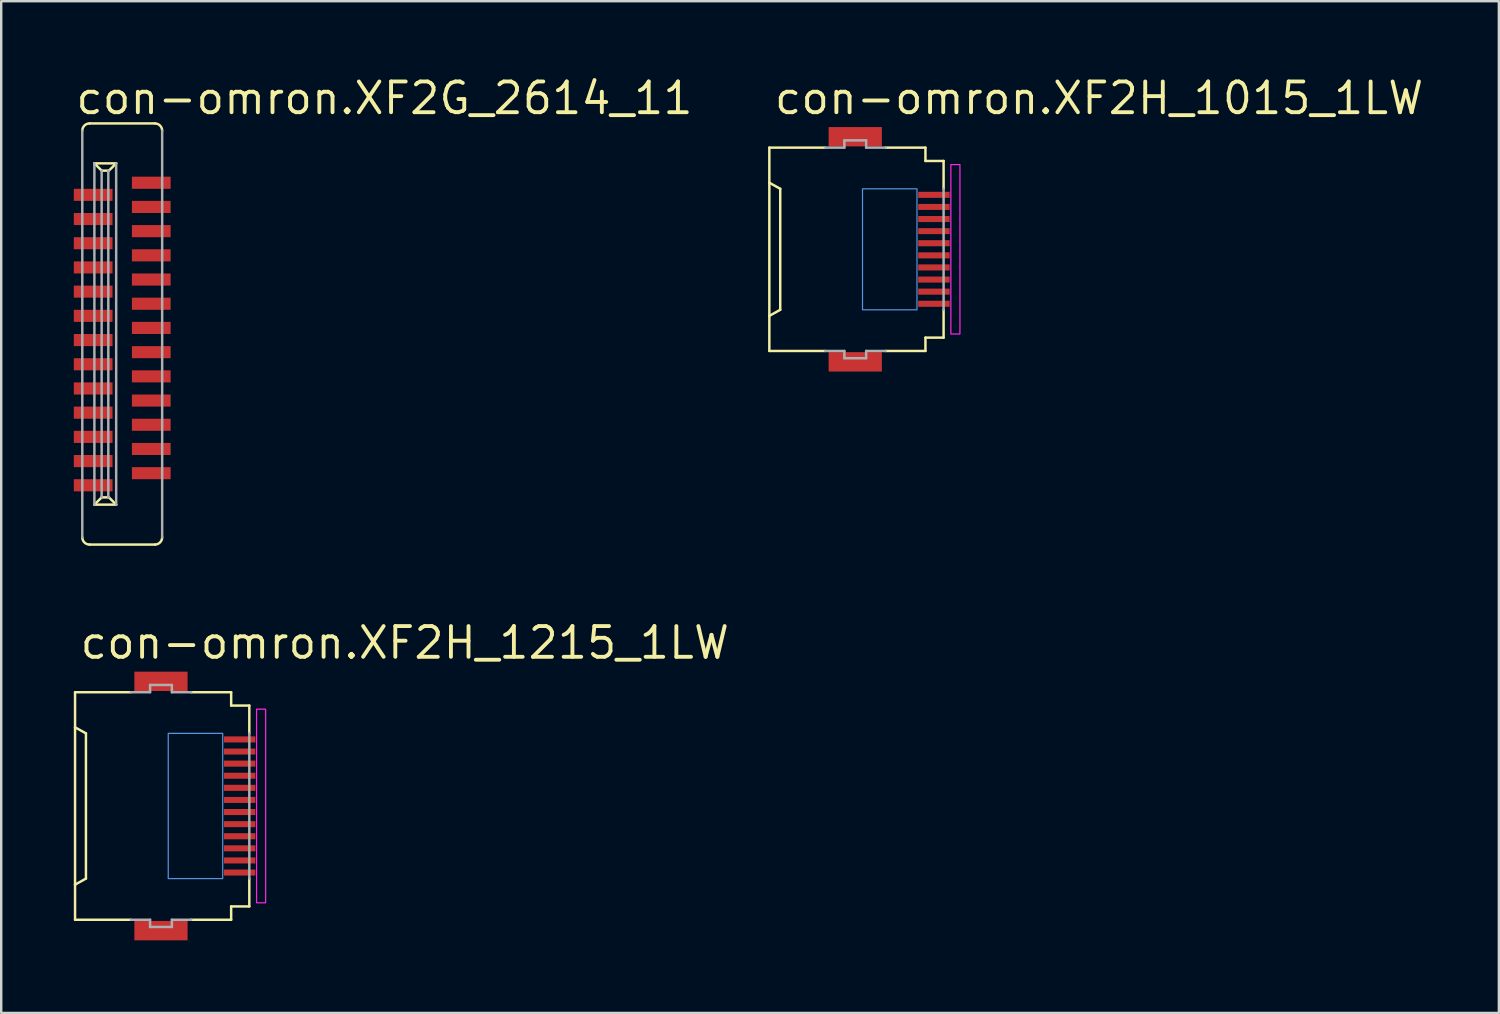
<source format=kicad_pcb>
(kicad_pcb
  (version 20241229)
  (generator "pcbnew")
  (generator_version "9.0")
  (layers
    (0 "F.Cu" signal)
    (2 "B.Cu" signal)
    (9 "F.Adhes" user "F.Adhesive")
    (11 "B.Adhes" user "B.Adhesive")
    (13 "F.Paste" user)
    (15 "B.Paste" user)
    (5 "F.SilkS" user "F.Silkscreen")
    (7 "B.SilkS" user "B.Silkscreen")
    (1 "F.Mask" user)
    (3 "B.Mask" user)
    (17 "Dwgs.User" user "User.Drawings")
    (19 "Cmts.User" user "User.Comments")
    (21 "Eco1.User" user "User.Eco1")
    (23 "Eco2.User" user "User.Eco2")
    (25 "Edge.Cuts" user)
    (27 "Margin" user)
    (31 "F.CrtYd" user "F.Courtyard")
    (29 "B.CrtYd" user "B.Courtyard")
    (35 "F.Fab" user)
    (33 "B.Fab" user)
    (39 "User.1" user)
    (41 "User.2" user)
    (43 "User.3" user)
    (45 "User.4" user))
  (footprint "con-omron.XF2G_2614_11"
    (layer "F.Cu")
    (at 2 10.75)
    (property "Reference" "con-omron.XF2G_2614_11" (at -2 -9 0) (layer "F.SilkS") (effects (font (size 1.27 1.27) (thickness 0.16)) (justify left bottom)))
    (attr smd)
    (fp_line (start -1.35 8.7) (end 1.35 8.7) (stroke (width 0.102) (type default)) (layer "F.SilkS"))
    (fp_line (start -1.15 7.05) (end -0.85 6.75) (stroke (width 0.102) (type default)) (layer "F.SilkS"))
    (fp_line (start -0.85 -6.75) (end -1.15 -7.05) (stroke (width 0.102) (type default)) (layer "F.SilkS"))
    (fp_line (start -0.575 -6.75) (end -0.85 -6.75) (stroke (width 0.102) (type default)) (layer "F.SilkS"))
    (fp_line (start -0.575 6.75) (end -0.85 6.75) (stroke (width 0.102) (type default)) (layer "F.SilkS"))
    (fp_line (start -0.25 -7.05) (end -1.15 -7.05) (stroke (width 0.102) (type default)) (layer "F.SilkS"))
    (fp_line (start -0.25 -7.05) (end -0.55 -6.75) (stroke (width 0.102) (type default)) (layer "F.SilkS"))
    (fp_line (start -0.25 7.05) (end -1.15 7.05) (stroke (width 0.102) (type default)) (layer "F.SilkS"))
    (fp_line (start -0.25 7.05) (end -0.55 6.75) (stroke (width 0.102) (type default)) (layer "F.SilkS"))
    (fp_line (start 1.35 -8.7) (end -1.35 -8.7) (stroke (width 0.102) (type default)) (layer "F.SilkS"))
    (fp_arc (start -1.65 -8.4) (mid -1.562132 -8.612132) (end -1.35 -8.7) (stroke (width 0.1016) (type default)) (layer "F.SilkS"))
    (fp_arc (start -1.35 8.7) (mid -1.562132 8.612132) (end -1.65 8.4) (stroke (width 0.1016) (type default)) (layer "F.SilkS"))
    (fp_arc (start 1.35 -8.7) (mid 1.562132 -8.612132) (end 1.65 -8.4) (stroke (width 0.1016) (type default)) (layer "F.SilkS"))
    (fp_arc (start 1.65 8.4) (mid 1.562132 8.612132) (end 1.35 8.7) (stroke (width 0.1016) (type default)) (layer "F.SilkS"))
    (fp_line (start -1.65 -8.4) (end -1.65 8.4) (stroke (width 0.102) (type default)) (layer "F.Fab"))
    (fp_line (start -1.15 -7.05) (end -1.15 7.05) (stroke (width 0.102) (type default)) (layer "F.Fab"))
    (fp_line (start -0.85 -6.75) (end -0.85 6.75) (stroke (width 0.102) (type default)) (layer "F.Fab"))
    (fp_line (start -0.575 -6.75) (end -0.575 6.75) (stroke (width 0.102) (type default)) (layer "F.Fab"))
    (fp_line (start -0.55 -6.75) (end -0.575 -6.75) (stroke (width 0.102) (type default)) (layer "F.Fab"))
    (fp_line (start -0.55 6.75) (end -0.575 6.75) (stroke (width 0.102) (type default)) (layer "F.Fab"))
    (fp_line (start -0.25 -7.05) (end -0.25 7.05) (stroke (width 0.102) (type default)) (layer "F.Fab"))
    (fp_line (start 1.65 8.4) (end 1.65 -8.4) (stroke (width 0.102) (type default)) (layer "F.Fab"))
    (pad "1" smd roundrect (at 1.2 -6.25 270) (size 0.5 1.6) (layers "F.Cu" "F.Mask" "F.Paste") (roundrect_rratio 0.01))
    (pad "2" smd roundrect (at -1.2 -5.75 90) (size 0.5 1.6) (layers "F.Cu" "F.Mask" "F.Paste") (roundrect_rratio 0.01))
    (pad "3" smd roundrect (at 1.2 -5.25 270) (size 0.5 1.6) (layers "F.Cu" "F.Mask" "F.Paste") (roundrect_rratio 0.01))
    (pad "4" smd roundrect (at -1.2 -4.75 90) (size 0.5 1.6) (layers "F.Cu" "F.Mask" "F.Paste") (roundrect_rratio 0.01))
    (pad "5" smd roundrect (at 1.2 -4.25 270) (size 0.5 1.6) (layers "F.Cu" "F.Mask" "F.Paste") (roundrect_rratio 0.01))
    (pad "6" smd roundrect (at -1.2 -3.75 90) (size 0.5 1.6) (layers "F.Cu" "F.Mask" "F.Paste") (roundrect_rratio 0.01))
    (pad "7" smd roundrect (at 1.2 -3.25 270) (size 0.5 1.6) (layers "F.Cu" "F.Mask" "F.Paste") (roundrect_rratio 0.01))
    (pad "8" smd roundrect (at -1.2 -2.75 90) (size 0.5 1.6) (layers "F.Cu" "F.Mask" "F.Paste") (roundrect_rratio 0.01))
    (pad "9" smd roundrect (at 1.2 -2.25 270) (size 0.5 1.6) (layers "F.Cu" "F.Mask" "F.Paste") (roundrect_rratio 0.01))
    (pad "10" smd roundrect (at -1.2 -1.75 90) (size 0.5 1.6) (layers "F.Cu" "F.Mask" "F.Paste") (roundrect_rratio 0.01))
    (pad "11" smd roundrect (at 1.2 -1.25 270) (size 0.5 1.6) (layers "F.Cu" "F.Mask" "F.Paste") (roundrect_rratio 0.01))
    (pad "12" smd roundrect (at -1.2 -0.75 90) (size 0.5 1.6) (layers "F.Cu" "F.Mask" "F.Paste") (roundrect_rratio 0.01))
    (pad "13" smd roundrect (at 1.2 -0.25 270) (size 0.5 1.6) (layers "F.Cu" "F.Mask" "F.Paste") (roundrect_rratio 0.01))
    (pad "14" smd roundrect (at -1.2 0.25 90) (size 0.5 1.6) (layers "F.Cu" "F.Mask" "F.Paste") (roundrect_rratio 0.01))
    (pad "15" smd roundrect (at 1.2 0.75 270) (size 0.5 1.6) (layers "F.Cu" "F.Mask" "F.Paste") (roundrect_rratio 0.01))
    (pad "16" smd roundrect (at -1.2 1.25 90) (size 0.5 1.6) (layers "F.Cu" "F.Mask" "F.Paste") (roundrect_rratio 0.01))
    (pad "17" smd roundrect (at 1.2 1.75 270) (size 0.5 1.6) (layers "F.Cu" "F.Mask" "F.Paste") (roundrect_rratio 0.01))
    (pad "18" smd roundrect (at -1.2 2.25 90) (size 0.5 1.6) (layers "F.Cu" "F.Mask" "F.Paste") (roundrect_rratio 0.01))
    (pad "19" smd roundrect (at 1.2 2.75 270) (size 0.5 1.6) (layers "F.Cu" "F.Mask" "F.Paste") (roundrect_rratio 0.01))
    (pad "20" smd roundrect (at -1.2 3.25 90) (size 0.5 1.6) (layers "F.Cu" "F.Mask" "F.Paste") (roundrect_rratio 0.01))
    (pad "21" smd roundrect (at 1.2 3.75 270) (size 0.5 1.6) (layers "F.Cu" "F.Mask" "F.Paste") (roundrect_rratio 0.01))
    (pad "22" smd roundrect (at -1.2 4.25 90) (size 0.5 1.6) (layers "F.Cu" "F.Mask" "F.Paste") (roundrect_rratio 0.01))
    (pad "23" smd roundrect (at 1.2 4.75 270) (size 0.5 1.6) (layers "F.Cu" "F.Mask" "F.Paste") (roundrect_rratio 0.01))
    (pad "24" smd roundrect (at -1.2 5.25 90) (size 0.5 1.6) (layers "F.Cu" "F.Mask" "F.Paste") (roundrect_rratio 0.01))
    (pad "25" smd roundrect (at 1.2 5.75 270) (size 0.5 1.6) (layers "F.Cu" "F.Mask" "F.Paste") (roundrect_rratio 0.01))
    (pad "26" smd roundrect (at -1.2 6.25 90) (size 0.5 1.6) (layers "F.Cu" "F.Mask" "F.Paste") (roundrect_rratio 0.01)))
  (footprint "con-omron.XF2H_1015_1LW"
    (layer "F.Cu")
    (at 32.362 7.25)
    (property "Reference" "con-omron.XF2H_1015_1LW" (at -3.5 -5.5 0) (layer "F.SilkS") (effects (font (size 1.27 1.27) (thickness 0.16)) (justify left bottom)))
    (attr smd)
    (fp_rect (start 2.475 -2.075) (end 3.875 -2.425) (stroke (width 0.05) (type default)) (fill yes) (layer "F.Mask"))
    (fp_rect (start 2.475 -1.575) (end 3.875 -1.925) (stroke (width 0.05) (type default)) (fill yes) (layer "F.Mask"))
    (fp_rect (start 2.475 -1.075) (end 3.875 -1.425) (stroke (width 0.05) (type default)) (fill yes) (layer "F.Mask"))
    (fp_rect (start 2.475 -0.575) (end 3.875 -0.925) (stroke (width 0.05) (type default)) (fill yes) (layer "F.Mask"))
    (fp_rect (start 2.475 -0.075) (end 3.875 -0.425) (stroke (width 0.05) (type default)) (fill yes) (layer "F.Mask"))
    (fp_rect (start 2.475 0.425) (end 3.875 0.075) (stroke (width 0.05) (type default)) (fill yes) (layer "F.Mask"))
    (fp_rect (start 2.475 0.925) (end 3.875 0.575) (stroke (width 0.05) (type default)) (fill yes) (layer "F.Mask"))
    (fp_rect (start 2.475 1.425) (end 3.875 1.075) (stroke (width 0.05) (type default)) (fill yes) (layer "F.Mask"))
    (fp_rect (start 2.475 1.925) (end 3.875 1.575) (stroke (width 0.05) (type default)) (fill yes) (layer "F.Mask"))
    (fp_rect (start 2.475 2.425) (end 3.875 2.075) (stroke (width 0.05) (type default)) (fill yes) (layer "F.Mask"))
    (fp_line (start -3.625 -4.2) (end -1.325 -4.2) (stroke (width 0.102) (type default)) (layer "F.SilkS"))
    (fp_line (start -3.625 -2.75) (end -3.625 -4.2) (stroke (width 0.102) (type default)) (layer "F.SilkS"))
    (fp_line (start -3.625 -2.75) (end -3.625 2.75) (stroke (width 0.102) (type default)) (layer "F.SilkS"))
    (fp_line (start -3.625 2.75) (end -3.175 2.5) (stroke (width 0.102) (type default)) (layer "F.SilkS"))
    (fp_line (start -3.625 4.2) (end -3.625 2.75) (stroke (width 0.102) (type default)) (layer "F.SilkS"))
    (fp_line (start -3.175 -2.5) (end -3.625 -2.75) (stroke (width 0.102) (type default)) (layer "F.SilkS"))
    (fp_line (start -3.175 2.5) (end -3.175 -2.5) (stroke (width 0.102) (type default)) (layer "F.SilkS"))
    (fp_line (start -1.325 4.2) (end -3.625 4.2) (stroke (width 0.102) (type default)) (layer "F.SilkS"))
    (fp_line (start 1.175 -4.2) (end 2.825 -4.2) (stroke (width 0.102) (type default)) (layer "F.SilkS"))
    (fp_line (start 1.175 4.2) (end 2.825 4.2) (stroke (width 0.102) (type default)) (layer "F.SilkS"))
    (fp_line (start 2.825 -4.2) (end 2.825 -3.65) (stroke (width 0.102) (type default)) (layer "F.SilkS"))
    (fp_line (start 2.825 -3.65) (end 3.575 -3.65) (stroke (width 0.102) (type default)) (layer "F.SilkS"))
    (fp_line (start 2.825 3.65) (end 2.825 4.2) (stroke (width 0.102) (type default)) (layer "F.SilkS"))
    (fp_line (start 2.825 3.65) (end 3.575 3.65) (stroke (width 0.102) (type default)) (layer "F.SilkS"))
    (fp_line (start 3.575 -3.65) (end 3.575 -2.5) (stroke (width 0.102) (type default)) (layer "F.SilkS"))
    (fp_line (start 3.575 2.5) (end 3.575 3.65) (stroke (width 0.102) (type default)) (layer "F.SilkS"))
    (fp_rect (start 0.225 2.5) (end 2.475 -2.5) (stroke (width 0.05) (type default)) (fill no) (layer "Cmts.User"))
    (fp_rect (start 3.875 3.5) (end 4.25 -3.5) (stroke (width 0.05) (type default)) (fill no) (layer "F.CrtYd"))
    (fp_line (start -1.325 -4.2) (end -0.525 -4.2) (stroke (width 0.102) (type default)) (layer "F.Fab"))
    (fp_line (start -0.525 -4.5) (end 0.375 -4.5) (stroke (width 0.102) (type default)) (layer "F.Fab"))
    (fp_line (start -0.525 -4.2) (end -0.525 -4.5) (stroke (width 0.102) (type default)) (layer "F.Fab"))
    (fp_line (start -0.525 4.2) (end -1.325 4.2) (stroke (width 0.102) (type default)) (layer "F.Fab"))
    (fp_line (start -0.525 4.5) (end -0.525 4.2) (stroke (width 0.102) (type default)) (layer "F.Fab"))
    (fp_line (start 0.375 -4.5) (end 0.375 -4.2) (stroke (width 0.102) (type default)) (layer "F.Fab"))
    (fp_line (start 0.375 -4.2) (end 1.175 -4.2) (stroke (width 0.102) (type default)) (layer "F.Fab"))
    (fp_line (start 0.375 4.2) (end 0.375 4.5) (stroke (width 0.102) (type default)) (layer "F.Fab"))
    (fp_line (start 0.375 4.5) (end -0.525 4.5) (stroke (width 0.102) (type default)) (layer "F.Fab"))
    (fp_line (start 1.175 4.2) (end 0.375 4.2) (stroke (width 0.102) (type default)) (layer "F.Fab"))
    (fp_line (start 3.575 -2.5) (end 3.575 2.5) (stroke (width 0.102) (type default)) (layer "F.Fab"))
    (pad "1" smd roundrect (at 3.175 -2.25) (size 1.3 0.25) (layers "F.Cu" "F.Mask" "F.Paste") (roundrect_rratio 0.01))
    (pad "2" smd roundrect (at 3.175 -1.75) (size 1.3 0.25) (layers "F.Cu" "F.Mask" "F.Paste") (roundrect_rratio 0.01))
    (pad "3" smd roundrect (at 3.175 -1.25) (size 1.3 0.25) (layers "F.Cu" "F.Mask" "F.Paste") (roundrect_rratio 0.01))
    (pad "4" smd roundrect (at 3.175 -0.75) (size 1.3 0.25) (layers "F.Cu" "F.Mask" "F.Paste") (roundrect_rratio 0.01))
    (pad "5" smd roundrect (at 3.175 -0.25) (size 1.3 0.25) (layers "F.Cu" "F.Mask" "F.Paste") (roundrect_rratio 0.01))
    (pad "6" smd roundrect (at 3.175 0.25) (size 1.3 0.25) (layers "F.Cu" "F.Mask" "F.Paste") (roundrect_rratio 0.01))
    (pad "7" smd roundrect (at 3.175 0.75) (size 1.3 0.25) (layers "F.Cu" "F.Mask" "F.Paste") (roundrect_rratio 0.01))
    (pad "8" smd roundrect (at 3.175 1.25) (size 1.3 0.25) (layers "F.Cu" "F.Mask" "F.Paste") (roundrect_rratio 0.01))
    (pad "9" smd roundrect (at 3.175 1.75) (size 1.3 0.25) (layers "F.Cu" "F.Mask" "F.Paste") (roundrect_rratio 0.01))
    (pad "10" smd roundrect (at 3.175 2.25) (size 1.3 0.25) (layers "F.Cu" "F.Mask" "F.Paste") (roundrect_rratio 0.01))
    (pad "M1" smd roundrect (at -0.075 -4.65) (size 2.2 0.8) (layers "F.Cu" "F.Mask" "F.Paste") (roundrect_rratio 0.01))
    (pad "M2" smd roundrect (at -0.075 4.65) (size 2.2 0.8) (layers "F.Cu" "F.Mask" "F.Paste") (roundrect_rratio 0.01)))
  (footprint "con-omron.XF2H_1215_1LW"
    (layer "F.Cu")
    (at 3.676 30.251)
    (property "Reference" "con-omron.XF2H_1215_1LW" (at -3.5 -6 0) (layer "F.SilkS") (effects (font (size 1.27 1.27) (thickness 0.16)) (justify left bottom)))
    (attr smd)
    (fp_rect (start 2.475 -2.575) (end 3.875 -2.925) (stroke (width 0.05) (type default)) (fill yes) (layer "F.Mask"))
    (fp_rect (start 2.475 -2.075) (end 3.875 -2.425) (stroke (width 0.05) (type default)) (fill yes) (layer "F.Mask"))
    (fp_rect (start 2.475 -1.575) (end 3.875 -1.925) (stroke (width 0.05) (type default)) (fill yes) (layer "F.Mask"))
    (fp_rect (start 2.475 -1.075) (end 3.875 -1.425) (stroke (width 0.05) (type default)) (fill yes) (layer "F.Mask"))
    (fp_rect (start 2.475 -0.575) (end 3.875 -0.925) (stroke (width 0.05) (type default)) (fill yes) (layer "F.Mask"))
    (fp_rect (start 2.475 -0.075) (end 3.875 -0.425) (stroke (width 0.05) (type default)) (fill yes) (layer "F.Mask"))
    (fp_rect (start 2.475 0.425) (end 3.875 0.075) (stroke (width 0.05) (type default)) (fill yes) (layer "F.Mask"))
    (fp_rect (start 2.475 0.925) (end 3.875 0.575) (stroke (width 0.05) (type default)) (fill yes) (layer "F.Mask"))
    (fp_rect (start 2.475 1.425) (end 3.875 1.075) (stroke (width 0.05) (type default)) (fill yes) (layer "F.Mask"))
    (fp_rect (start 2.475 1.925) (end 3.875 1.575) (stroke (width 0.05) (type default)) (fill yes) (layer "F.Mask"))
    (fp_rect (start 2.475 2.425) (end 3.875 2.075) (stroke (width 0.05) (type default)) (fill yes) (layer "F.Mask"))
    (fp_rect (start 2.475 2.925) (end 3.875 2.575) (stroke (width 0.05) (type default)) (fill yes) (layer "F.Mask"))
    (fp_line (start -3.625 -4.7) (end -1.325 -4.7) (stroke (width 0.102) (type default)) (layer "F.SilkS"))
    (fp_line (start -3.625 -3.25) (end -3.625 -4.7) (stroke (width 0.102) (type default)) (layer "F.SilkS"))
    (fp_line (start -3.625 -3.25) (end -3.625 3.25) (stroke (width 0.102) (type default)) (layer "F.SilkS"))
    (fp_line (start -3.625 3.25) (end -3.175 3) (stroke (width 0.102) (type default)) (layer "F.SilkS"))
    (fp_line (start -3.625 4.7) (end -3.625 3.25) (stroke (width 0.102) (type default)) (layer "F.SilkS"))
    (fp_line (start -3.175 -3) (end -3.625 -3.25) (stroke (width 0.102) (type default)) (layer "F.SilkS"))
    (fp_line (start -3.175 3) (end -3.175 -3) (stroke (width 0.102) (type default)) (layer "F.SilkS"))
    (fp_line (start -1.325 4.7) (end -3.625 4.7) (stroke (width 0.102) (type default)) (layer "F.SilkS"))
    (fp_line (start 1.175 -4.7) (end 2.825 -4.7) (stroke (width 0.102) (type default)) (layer "F.SilkS"))
    (fp_line (start 1.175 4.7) (end 2.825 4.7) (stroke (width 0.102) (type default)) (layer "F.SilkS"))
    (fp_line (start 2.825 -4.7) (end 2.825 -4.15) (stroke (width 0.102) (type default)) (layer "F.SilkS"))
    (fp_line (start 2.825 -4.15) (end 3.575 -4.15) (stroke (width 0.102) (type default)) (layer "F.SilkS"))
    (fp_line (start 2.825 4.15) (end 2.825 4.7) (stroke (width 0.102) (type default)) (layer "F.SilkS"))
    (fp_line (start 2.825 4.15) (end 3.575 4.15) (stroke (width 0.102) (type default)) (layer "F.SilkS"))
    (fp_line (start 3.575 -4.15) (end 3.575 -3) (stroke (width 0.102) (type default)) (layer "F.SilkS"))
    (fp_line (start 3.575 3) (end 3.575 4.15) (stroke (width 0.102) (type default)) (layer "F.SilkS"))
    (fp_rect (start 0.225 3) (end 2.475 -3) (stroke (width 0.05) (type default)) (fill no) (layer "Cmts.User"))
    (fp_rect (start 3.875 4) (end 4.25 -4) (stroke (width 0.05) (type default)) (fill no) (layer "F.CrtYd"))
    (fp_line (start -1.325 -4.7) (end -0.525 -4.7) (stroke (width 0.102) (type default)) (layer "F.Fab"))
    (fp_line (start -0.525 -5) (end 0.375 -5) (stroke (width 0.102) (type default)) (layer "F.Fab"))
    (fp_line (start -0.525 -4.7) (end -0.525 -5) (stroke (width 0.102) (type default)) (layer "F.Fab"))
    (fp_line (start -0.525 4.7) (end -1.325 4.7) (stroke (width 0.102) (type default)) (layer "F.Fab"))
    (fp_line (start -0.525 5) (end -0.525 4.7) (stroke (width 0.102) (type default)) (layer "F.Fab"))
    (fp_line (start 0.375 -5) (end 0.375 -4.7) (stroke (width 0.102) (type default)) (layer "F.Fab"))
    (fp_line (start 0.375 -4.7) (end 1.175 -4.7) (stroke (width 0.102) (type default)) (layer "F.Fab"))
    (fp_line (start 0.375 4.7) (end 0.375 5) (stroke (width 0.102) (type default)) (layer "F.Fab"))
    (fp_line (start 0.375 5) (end -0.525 5) (stroke (width 0.102) (type default)) (layer "F.Fab"))
    (fp_line (start 1.175 4.7) (end 0.375 4.7) (stroke (width 0.102) (type default)) (layer "F.Fab"))
    (fp_line (start 3.575 -3) (end 3.575 3) (stroke (width 0.102) (type default)) (layer "F.Fab"))
    (pad "1" smd roundrect (at 3.175 -2.75) (size 1.3 0.25) (layers "F.Cu" "F.Mask" "F.Paste") (roundrect_rratio 0.01))
    (pad "2" smd roundrect (at 3.175 -2.25) (size 1.3 0.25) (layers "F.Cu" "F.Mask" "F.Paste") (roundrect_rratio 0.01))
    (pad "3" smd roundrect (at 3.175 -1.75) (size 1.3 0.25) (layers "F.Cu" "F.Mask" "F.Paste") (roundrect_rratio 0.01))
    (pad "4" smd roundrect (at 3.175 -1.25) (size 1.3 0.25) (layers "F.Cu" "F.Mask" "F.Paste") (roundrect_rratio 0.01))
    (pad "5" smd roundrect (at 3.175 -0.75) (size 1.3 0.25) (layers "F.Cu" "F.Mask" "F.Paste") (roundrect_rratio 0.01))
    (pad "6" smd roundrect (at 3.175 -0.25) (size 1.3 0.25) (layers "F.Cu" "F.Mask" "F.Paste") (roundrect_rratio 0.01))
    (pad "7" smd roundrect (at 3.175 0.25) (size 1.3 0.25) (layers "F.Cu" "F.Mask" "F.Paste") (roundrect_rratio 0.01))
    (pad "8" smd roundrect (at 3.175 0.75) (size 1.3 0.25) (layers "F.Cu" "F.Mask" "F.Paste") (roundrect_rratio 0.01))
    (pad "9" smd roundrect (at 3.175 1.25) (size 1.3 0.25) (layers "F.Cu" "F.Mask" "F.Paste") (roundrect_rratio 0.01))
    (pad "10" smd roundrect (at 3.175 1.75) (size 1.3 0.25) (layers "F.Cu" "F.Mask" "F.Paste") (roundrect_rratio 0.01))
    (pad "11" smd roundrect (at 3.175 2.25) (size 1.3 0.25) (layers "F.Cu" "F.Mask" "F.Paste") (roundrect_rratio 0.01))
    (pad "12" smd roundrect (at 3.175 2.75) (size 1.3 0.25) (layers "F.Cu" "F.Mask" "F.Paste") (roundrect_rratio 0.01))
    (pad "M1" smd roundrect (at -0.075 -5.15) (size 2.2 0.8) (layers "F.Cu" "F.Mask" "F.Paste") (roundrect_rratio 0.01))
    (pad "M2" smd roundrect (at -0.075 5.15) (size 2.2 0.8) (layers "F.Cu" "F.Mask" "F.Paste") (roundrect_rratio 0.01)))
  (gr_rect
    (start -3 -3)
    (end 58.879 38.801)
    (stroke (width 0.1) (type default))
    (fill no)
    (layer "Edge.Cuts")))
</source>
